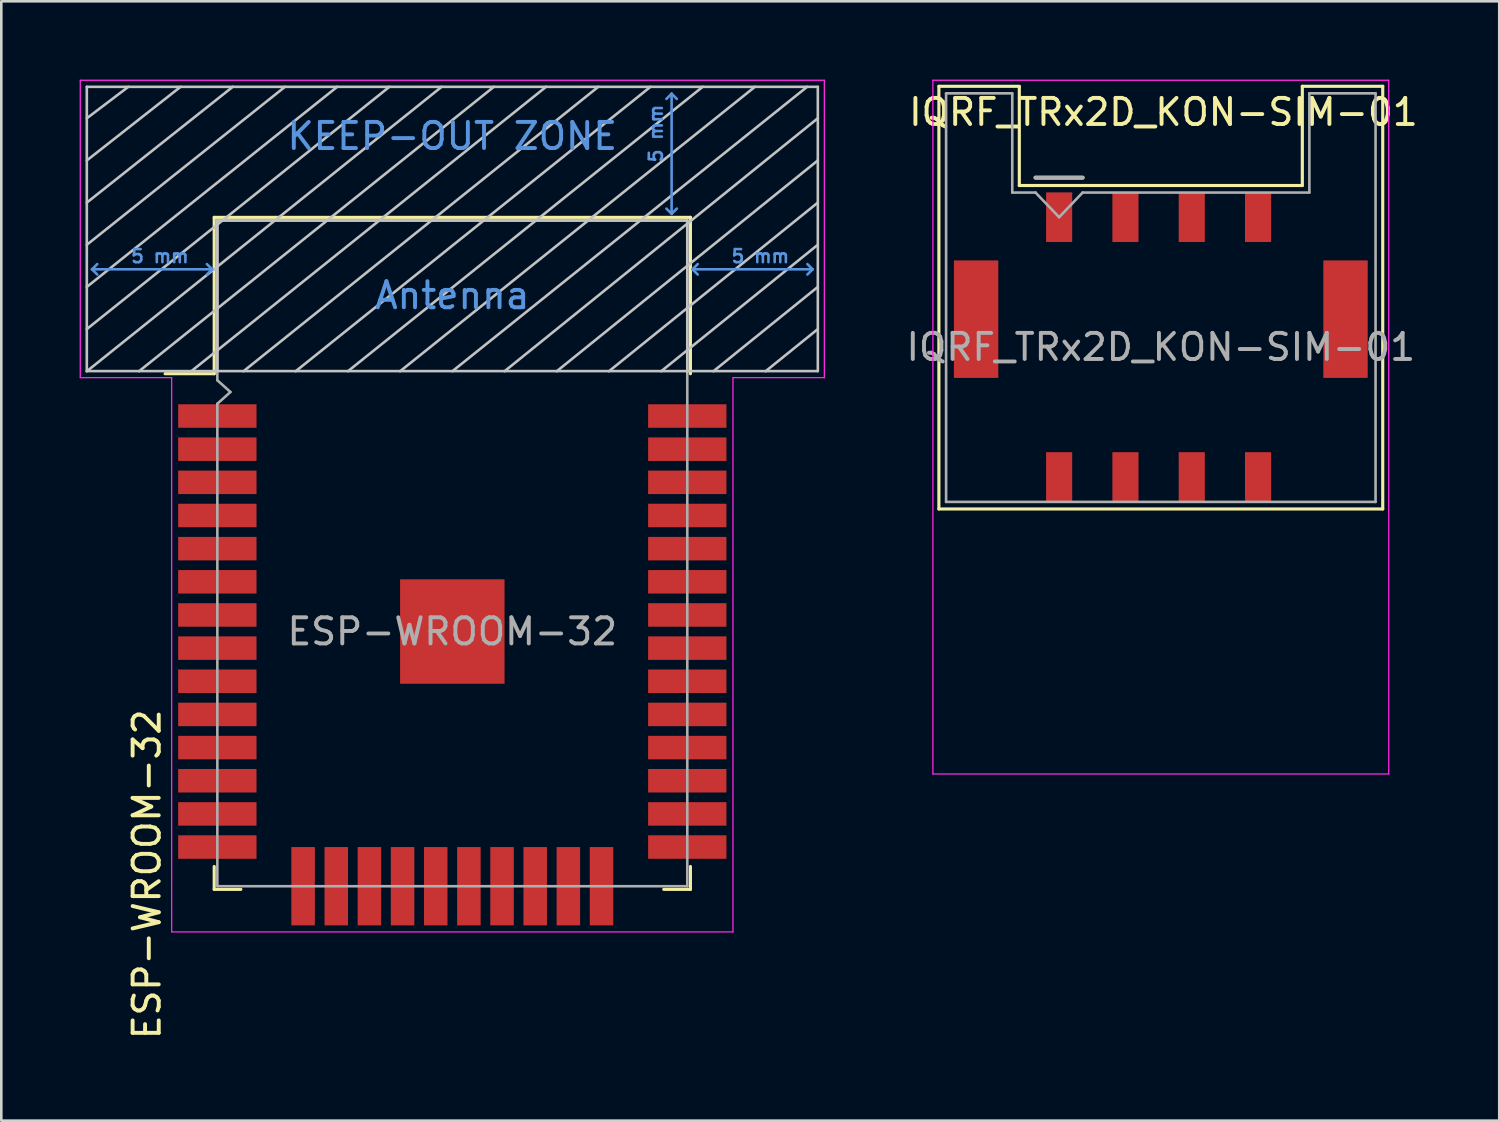
<source format=kicad_pcb>
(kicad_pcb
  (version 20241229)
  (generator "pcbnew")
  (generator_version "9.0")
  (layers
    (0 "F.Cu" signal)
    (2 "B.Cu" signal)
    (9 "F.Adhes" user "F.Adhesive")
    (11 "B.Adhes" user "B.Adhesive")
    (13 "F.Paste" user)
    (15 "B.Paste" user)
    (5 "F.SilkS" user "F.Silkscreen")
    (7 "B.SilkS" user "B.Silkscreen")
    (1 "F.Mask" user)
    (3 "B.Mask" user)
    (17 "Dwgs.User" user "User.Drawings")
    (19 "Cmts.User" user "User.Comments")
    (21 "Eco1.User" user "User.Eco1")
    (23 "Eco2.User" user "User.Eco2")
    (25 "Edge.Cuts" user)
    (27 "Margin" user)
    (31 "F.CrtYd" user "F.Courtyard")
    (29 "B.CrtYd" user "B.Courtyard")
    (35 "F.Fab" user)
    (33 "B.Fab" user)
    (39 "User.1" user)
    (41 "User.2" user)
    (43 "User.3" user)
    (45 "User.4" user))
  (footprint "IQRF_TRx2D_KON-SIM-01"
    (layer "F.Cu")
    (at 41.413 10.245)
    (property "Reference" "IQRF_TRx2D_KON-SIM-01" (at 0.1 -9 0) (layer "F.SilkS") (effects (font (size 1 1) (thickness 0.15))))
    (attr smd)
    (fp_line (start -8.5 -9.99) (end -5.42 -9.99) (stroke (width 0.12) (type solid)) (layer "F.SilkS"))
    (fp_line (start -8.5 6.2) (end -8.5 -9.99) (stroke (width 0.12) (type solid)) (layer "F.SilkS"))
    (fp_line (start -8.5 6.2) (end 8.5 6.2) (stroke (width 0.12) (type solid)) (layer "F.SilkS"))
    (fp_line (start -5.42 -9.98) (end -5.42 -6.19) (stroke (width 0.12) (type solid)) (layer "F.SilkS"))
    (fp_line (start -5.42 -6.19) (end 5.42 -6.19) (stroke (width 0.12) (type solid)) (layer "F.SilkS"))
    (fp_line (start -4.8 -6.49) (end -2.995 -6.49) (stroke (width 0.15) (type solid)) (layer "F.SilkS"))
    (fp_line (start 5.42 -9.99) (end 8.5 -9.99) (stroke (width 0.12) (type solid)) (layer "F.SilkS"))
    (fp_line (start 5.42 -6.19) (end 5.42 -9.99) (stroke (width 0.12) (type solid)) (layer "F.SilkS"))
    (fp_line (start 8.5 6.2) (end 8.5 -9.99) (stroke (width 0.12) (type solid)) (layer "F.SilkS"))
    (fp_line (start -8.73 -10.22) (end 8.73 -10.22) (stroke (width 0.05) (type solid)) (layer "F.CrtYd"))
    (fp_line (start -8.73 16.35) (end -8.73 -10.22) (stroke (width 0.05) (type solid)) (layer "F.CrtYd"))
    (fp_line (start -8.73 16.35) (end 8.73 16.35) (stroke (width 0.05) (type solid)) (layer "F.CrtYd"))
    (fp_line (start 8.73 16.35) (end 8.73 -10.22) (stroke (width 0.05) (type solid)) (layer "F.CrtYd"))
    (fp_line (start -8.225 -9.72) (end -8.225 5.93) (stroke (width 0.1) (type solid)) (layer "F.Fab"))
    (fp_line (start -8.225 -9.72) (end -5.69 -9.72) (stroke (width 0.1) (type solid)) (layer "F.Fab"))
    (fp_line (start -8.225 5.93) (end 8.225 5.93) (stroke (width 0.1) (type solid)) (layer "F.Fab"))
    (fp_line (start -5.69 -9.72) (end -5.69 -5.92) (stroke (width 0.1) (type solid)) (layer "F.Fab"))
    (fp_line (start -5.69 -5.92) (end -4.795 -5.92) (stroke (width 0.1) (type solid)) (layer "F.Fab"))
    (fp_line (start -4.8 -6.49) (end -2.995 -6.49) (stroke (width 0.15) (type solid)) (layer "F.Fab"))
    (fp_line (start -4.8 -5.92) (end -3.895 -4.975) (stroke (width 0.1) (type solid)) (layer "F.Fab"))
    (fp_line (start -3.895 -4.975) (end -2.995 -5.92) (stroke (width 0.1) (type solid)) (layer "F.Fab"))
    (fp_line (start -2.995 -5.92) (end 5.69 -5.92) (stroke (width 0.1) (type solid)) (layer "F.Fab"))
    (fp_line (start 5.69 -9.72) (end 5.69 -5.92) (stroke (width 0.1) (type solid)) (layer "F.Fab"))
    (fp_line (start 5.69 -9.72) (end 8.225 -9.72) (stroke (width 0.1) (type solid)) (layer "F.Fab"))
    (fp_line (start 8.225 5.93) (end 8.225 -9.72) (stroke (width 0.1) (type solid)) (layer "F.Fab"))
    (fp_text user "${REFERENCE}" (at 0 0 0) (layer "F.Fab") (effects (font (size 1 1) (thickness 0.15))))
    (pad "" smd rect (at -7.075 -1.07) (size 1.7 4.5) (layers "F.Cu" "F.Mask" "F.Paste"))
    (pad "" smd rect (at 7.075 -1.07) (size 1.7 4.5) (layers "F.Cu" "F.Mask" "F.Paste"))
    (pad "C1" smd rect (at -3.895 -4.975) (size 1 1.9) (layers "F.Cu" "F.Mask" "F.Paste"))
    (pad "C2" smd rect (at -1.355 -4.975) (size 1 1.9) (layers "F.Cu" "F.Mask" "F.Paste"))
    (pad "C3" smd rect (at 1.185 -4.975) (size 1 1.9) (layers "F.Cu" "F.Mask" "F.Paste"))
    (pad "C4" smd rect (at 3.725 -4.975) (size 1 1.9) (layers "F.Cu" "F.Mask" "F.Paste"))
    (pad "C5" smd rect (at -3.895 4.975) (size 1 1.9) (layers "F.Cu" "F.Mask" "F.Paste"))
    (pad "C6" smd rect (at -1.355 4.975) (size 1 1.9) (layers "F.Cu" "F.Mask" "F.Paste"))
    (pad "C7" smd rect (at 1.185 4.975) (size 1 1.9) (layers "F.Cu" "F.Mask" "F.Paste"))
    (pad "C8" smd rect (at 3.725 4.975) (size 1 1.9) (layers "F.Cu" "F.Mask" "F.Paste")))
  (footprint "ESP-WROOM-32"
    (layer "F.Cu")
    (at 14.275 21.14)
    (property "Reference" "ESP-WROOM-32" (at -11.7 9.3 90) (layer "F.SilkS") (effects (font (size 1 1) (thickness 0.15))))
    (attr smd)
    (fp_line (start -9.12 -15.865) (end -9.12 -9.875) (stroke (width 0.12) (type solid)) (layer "F.SilkS"))
    (fp_line (start -9.12 -15.865) (end 9.12 -15.865) (stroke (width 0.12) (type solid)) (layer "F.SilkS"))
    (fp_line (start -9.12 -9.875) (end -11 -9.875) (stroke (width 0.12) (type solid)) (layer "F.SilkS"))
    (fp_line (start -9.12 9) (end -9.12 9.875) (stroke (width 0.12) (type solid)) (layer "F.SilkS"))
    (fp_line (start -9.12 9.875) (end -8.1 9.875) (stroke (width 0.12) (type solid)) (layer "F.SilkS"))
    (fp_line (start 8.1 9.875) (end 9.12 9.875) (stroke (width 0.12) (type solid)) (layer "F.SilkS"))
    (fp_line (start 9.12 -15.865) (end 9.12 -9.875) (stroke (width 0.12) (type solid)) (layer "F.SilkS"))
    (fp_line (start 9.12 9) (end 9.12 9.875) (stroke (width 0.12) (type solid)) (layer "F.SilkS"))
    (fp_line (start -14 -9.975) (end -14 -20.865) (stroke (width 0.1) (type solid)) (layer "Dwgs.User"))
    (fp_line (start -12.41 -20.865) (end -14 -19.66) (stroke (width 0.1) (type solid)) (layer "Dwgs.User"))
    (fp_line (start -10.41 -20.865) (end -14 -18.045) (stroke (width 0.1) (type solid)) (layer "Dwgs.User"))
    (fp_line (start -9 -15.745) (end 9 -15.745) (stroke (width 0.1) (type solid)) (layer "Dwgs.User"))
    (fp_line (start -9 -9.975) (end -9 -15.745) (stroke (width 0.1) (type solid)) (layer "Dwgs.User"))
    (fp_line (start -8.41 -20.865) (end -14 -16.43) (stroke (width 0.1) (type solid)) (layer "Dwgs.User"))
    (fp_line (start -8 -9.97) (end 5.59 -20.865) (stroke (width 0.1) (type solid)) (layer "Dwgs.User"))
    (fp_line (start -6.41 -20.865) (end -14 -14.815) (stroke (width 0.1) (type solid)) (layer "Dwgs.User"))
    (fp_line (start -4.41 -20.865) (end -14 -13.2) (stroke (width 0.1) (type solid)) (layer "Dwgs.User"))
    (fp_line (start -2.41 -20.865) (end -14 -11.585) (stroke (width 0.1) (type solid)) (layer "Dwgs.User"))
    (fp_line (start -0.41 -20.865) (end -14 -9.97) (stroke (width 0.1) (type solid)) (layer "Dwgs.User"))
    (fp_line (start 1.59 -20.865) (end -12 -9.97) (stroke (width 0.1) (type solid)) (layer "Dwgs.User"))
    (fp_line (start 3.59 -20.865) (end -10 -9.97) (stroke (width 0.1) (type solid)) (layer "Dwgs.User"))
    (fp_line (start 7.59 -20.865) (end -6 -9.97) (stroke (width 0.1) (type solid)) (layer "Dwgs.User"))
    (fp_line (start 9 -15.745) (end 9 -9.955) (stroke (width 0.1) (type solid)) (layer "Dwgs.User"))
    (fp_line (start 9.59 -20.865) (end -4 -9.97) (stroke (width 0.1) (type solid)) (layer "Dwgs.User"))
    (fp_line (start 11.59 -20.865) (end -2 -9.97) (stroke (width 0.1) (type solid)) (layer "Dwgs.User"))
    (fp_line (start 13.59 -20.865) (end 0 -9.97) (stroke (width 0.1) (type solid)) (layer "Dwgs.User"))
    (fp_line (start 14 -20.865) (end -14 -20.865) (stroke (width 0.1) (type solid)) (layer "Dwgs.User"))
    (fp_line (start 14 -19.66) (end 2 -9.97) (stroke (width 0.1) (type solid)) (layer "Dwgs.User"))
    (fp_line (start 14 -18.045) (end 4 -9.97) (stroke (width 0.1) (type solid)) (layer "Dwgs.User"))
    (fp_line (start 14 -16.43) (end 6 -9.97) (stroke (width 0.1) (type solid)) (layer "Dwgs.User"))
    (fp_line (start 14 -14.815) (end 8 -9.97) (stroke (width 0.1) (type solid)) (layer "Dwgs.User"))
    (fp_line (start 14 -13.2) (end 10 -9.97) (stroke (width 0.1) (type solid)) (layer "Dwgs.User"))
    (fp_line (start 14 -11.585) (end 12 -9.97) (stroke (width 0.1) (type solid)) (layer "Dwgs.User"))
    (fp_line (start 14 -9.975) (end -14 -9.975) (stroke (width 0.1) (type solid)) (layer "Dwgs.User"))
    (fp_line (start 14 -9.975) (end 14 -20.865) (stroke (width 0.1) (type solid)) (layer "Dwgs.User"))
    (fp_line (start -13.8 -13.875) (end -13.6 -14.075) (stroke (width 0.1) (type solid)) (layer "Cmts.User"))
    (fp_line (start -13.8 -13.875) (end -13.6 -13.675) (stroke (width 0.1) (type solid)) (layer "Cmts.User"))
    (fp_line (start -13.8 -13.875) (end -9.2 -13.875) (stroke (width 0.1) (type solid)) (layer "Cmts.User"))
    (fp_line (start -9.2 -13.875) (end -9.4 -14.075) (stroke (width 0.1) (type solid)) (layer "Cmts.User"))
    (fp_line (start -9.2 -13.875) (end -9.4 -13.675) (stroke (width 0.1) (type solid)) (layer "Cmts.User"))
    (fp_line (start 8.4 -20.6) (end 8.2 -20.4) (stroke (width 0.1) (type solid)) (layer "Cmts.User"))
    (fp_line (start 8.4 -20.6) (end 8.6 -20.4) (stroke (width 0.1) (type solid)) (layer "Cmts.User"))
    (fp_line (start 8.4 -16) (end 8.2 -16.2) (stroke (width 0.1) (type solid)) (layer "Cmts.User"))
    (fp_line (start 8.4 -16) (end 8.4 -20.6) (stroke (width 0.1) (type solid)) (layer "Cmts.User"))
    (fp_line (start 8.4 -16) (end 8.6 -16.2) (stroke (width 0.1) (type solid)) (layer "Cmts.User"))
    (fp_line (start 9.2 -13.875) (end 9.4 -14.075) (stroke (width 0.1) (type solid)) (layer "Cmts.User"))
    (fp_line (start 9.2 -13.875) (end 9.4 -13.675) (stroke (width 0.1) (type solid)) (layer "Cmts.User"))
    (fp_line (start 9.2 -13.875) (end 13.8 -13.875) (stroke (width 0.1) (type solid)) (layer "Cmts.User"))
    (fp_line (start 13.8 -13.875) (end 13.6 -14.075) (stroke (width 0.1) (type solid)) (layer "Cmts.User"))
    (fp_line (start 13.8 -13.875) (end 13.6 -13.675) (stroke (width 0.1) (type solid)) (layer "Cmts.User"))
    (fp_line (start -14.25 -21.115) (end -14.25 -9.725) (stroke (width 0.05) (type solid)) (layer "F.CrtYd"))
    (fp_line (start -14.25 -21.115) (end 14.25 -21.115) (stroke (width 0.05) (type solid)) (layer "F.CrtYd"))
    (fp_line (start -14.25 -9.725) (end -10.75 -9.725) (stroke (width 0.05) (type solid)) (layer "F.CrtYd"))
    (fp_line (start -10.75 11.505) (end -10.75 -9.725) (stroke (width 0.05) (type solid)) (layer "F.CrtYd"))
    (fp_line (start -10.75 11.505) (end 10.75 11.505) (stroke (width 0.05) (type solid)) (layer "F.CrtYd"))
    (fp_line (start 10.75 -9.725) (end 10.75 11.505) (stroke (width 0.05) (type solid)) (layer "F.CrtYd"))
    (fp_line (start 10.75 -9.725) (end 14.25 -9.725) (stroke (width 0.05) (type solid)) (layer "F.CrtYd"))
    (fp_line (start 14.25 -21.115) (end 14.25 -9.725) (stroke (width 0.05) (type solid)) (layer "F.CrtYd"))
    (fp_line (start -9 -15.745) (end -9 -9.625) (stroke (width 0.1) (type solid)) (layer "F.Fab"))
    (fp_line (start -9 -15.745) (end 9 -15.745) (stroke (width 0.1) (type solid)) (layer "F.Fab"))
    (fp_line (start -9 -9.625) (end -8.5 -9.175) (stroke (width 0.1) (type solid)) (layer "F.Fab"))
    (fp_line (start -9 -8.725) (end -9 9.755) (stroke (width 0.1) (type solid)) (layer "F.Fab"))
    (fp_line (start -9 9.755) (end 9 9.755) (stroke (width 0.1) (type solid)) (layer "F.Fab"))
    (fp_line (start -8.5 -9.175) (end -9 -8.725) (stroke (width 0.1) (type solid)) (layer "F.Fab"))
    (fp_line (start 9 9.755) (end 9 -15.745) (stroke (width 0.1) (type solid)) (layer "F.Fab"))
    (fp_text user "Antenna" (at 0 -12.875 0) (layer "Cmts.User") (effects (font (size 1 1) (thickness 0.15))))
    (fp_text user "5 mm" (at 11.8 -14.375 0) (layer "Cmts.User") (effects (font (size 0.5 0.5) (thickness 0.1))))
    (fp_text user "5 mm" (at 7.8 -19.075 90) (layer "Cmts.User") (effects (font (size 0.5 0.5) (thickness 0.1))))
    (fp_text user "5 mm" (at -11.2 -14.375 0) (layer "Cmts.User") (effects (font (size 0.5 0.5) (thickness 0.1))))
    (fp_text user "KEEP-OUT ZONE" (at 0 -18.975 0) (layer "Cmts.User") (effects (font (size 1 1) (thickness 0.15))))
    (fp_text user "${REFERENCE}" (at 0 0 0) (layer "F.Fab") (effects (font (size 1 1) (thickness 0.15))))
    (pad "1" smd rect (at -9 -8.255) (size 3 0.9) (layers "F.Cu" "F.Mask" "F.Paste"))
    (pad "1" smd rect (at 0 0) (size 4 4) (layers "F.Cu" "F.Mask" "F.Paste"))
    (pad "2" smd rect (at -9 -6.985) (size 3 0.9) (layers "F.Cu" "F.Mask" "F.Paste"))
    (pad "3" smd rect (at -9 -5.715) (size 3 0.9) (layers "F.Cu" "F.Mask" "F.Paste"))
    (pad "4" smd rect (at -9 -4.445) (size 3 0.9) (layers "F.Cu" "F.Mask" "F.Paste"))
    (pad "5" smd rect (at -9 -3.175) (size 3 0.9) (layers "F.Cu" "F.Mask" "F.Paste"))
    (pad "6" smd rect (at -9 -1.905) (size 3 0.9) (layers "F.Cu" "F.Mask" "F.Paste"))
    (pad "7" smd rect (at -9 -0.635) (size 3 0.9) (layers "F.Cu" "F.Mask" "F.Paste"))
    (pad "8" smd rect (at -9 0.635) (size 3 0.9) (layers "F.Cu" "F.Mask" "F.Paste"))
    (pad "9" smd rect (at -9 1.905) (size 3 0.9) (layers "F.Cu" "F.Mask" "F.Paste"))
    (pad "10" smd rect (at -9 3.175) (size 3 0.9) (layers "F.Cu" "F.Mask" "F.Paste"))
    (pad "11" smd rect (at -9 4.445) (size 3 0.9) (layers "F.Cu" "F.Mask" "F.Paste"))
    (pad "12" smd rect (at -9 5.715) (size 3 0.9) (layers "F.Cu" "F.Mask" "F.Paste"))
    (pad "13" smd rect (at -9 6.985) (size 3 0.9) (layers "F.Cu" "F.Mask" "F.Paste"))
    (pad "14" smd rect (at -9 8.255) (size 3 0.9) (layers "F.Cu" "F.Mask" "F.Paste"))
    (pad "15" smd rect (at -5.715 9.755 90) (size 3 0.9) (layers "F.Cu" "F.Mask" "F.Paste"))
    (pad "16" smd rect (at -4.445 9.755 90) (size 3 0.9) (layers "F.Cu" "F.Mask" "F.Paste"))
    (pad "17" smd rect (at -3.175 9.755 90) (size 3 0.9) (layers "F.Cu" "F.Mask" "F.Paste"))
    (pad "18" smd rect (at -1.905 9.755 90) (size 3 0.9) (layers "F.Cu" "F.Mask" "F.Paste"))
    (pad "19" smd rect (at -0.635 9.755 90) (size 3 0.9) (layers "F.Cu" "F.Mask" "F.Paste"))
    (pad "20" smd rect (at 0.635 9.755 90) (size 3 0.9) (layers "F.Cu" "F.Mask" "F.Paste"))
    (pad "21" smd rect (at 1.905 9.755 90) (size 3 0.9) (layers "F.Cu" "F.Mask" "F.Paste"))
    (pad "22" smd rect (at 3.175 9.755 90) (size 3 0.9) (layers "F.Cu" "F.Mask" "F.Paste"))
    (pad "23" smd rect (at 4.445 9.755 90) (size 3 0.9) (layers "F.Cu" "F.Mask" "F.Paste"))
    (pad "24" smd rect (at 5.715 9.755 90) (size 3 0.9) (layers "F.Cu" "F.Mask" "F.Paste"))
    (pad "25" smd rect (at 9 8.255) (size 3 0.9) (layers "F.Cu" "F.Mask" "F.Paste"))
    (pad "26" smd rect (at 9 6.985) (size 3 0.9) (layers "F.Cu" "F.Mask" "F.Paste"))
    (pad "27" smd rect (at 9 5.715) (size 3 0.9) (layers "F.Cu" "F.Mask" "F.Paste"))
    (pad "28" smd rect (at 9 4.445) (size 3 0.9) (layers "F.Cu" "F.Mask" "F.Paste"))
    (pad "29" smd rect (at 9 3.175) (size 3 0.9) (layers "F.Cu" "F.Mask" "F.Paste"))
    (pad "30" smd rect (at 9 1.905) (size 3 0.9) (layers "F.Cu" "F.Mask" "F.Paste"))
    (pad "31" smd rect (at 9 0.635) (size 3 0.9) (layers "F.Cu" "F.Mask" "F.Paste"))
    (pad "32" smd rect (at 9 -0.635) (size 3 0.9) (layers "F.Cu" "F.Mask" "F.Paste"))
    (pad "33" smd rect (at 9 -1.905) (size 3 0.9) (layers "F.Cu" "F.Mask" "F.Paste"))
    (pad "34" smd rect (at 9 -3.175) (size 3 0.9) (layers "F.Cu" "F.Mask" "F.Paste"))
    (pad "35" smd rect (at 9 -4.445) (size 3 0.9) (layers "F.Cu" "F.Mask" "F.Paste"))
    (pad "36" smd rect (at 9 -5.715) (size 3 0.9) (layers "F.Cu" "F.Mask" "F.Paste"))
    (pad "37" smd rect (at 9 -6.985) (size 3 0.9) (layers "F.Cu" "F.Mask" "F.Paste"))
    (pad "38" smd rect (at 9 -8.255) (size 3 0.9) (layers "F.Cu" "F.Mask" "F.Paste")))
  (gr_rect
    (start -3 -3)
    (end 54.376 39.875)
    (stroke (width 0.1) (type default))
    (fill no)
    (layer "Edge.Cuts")))
</source>
